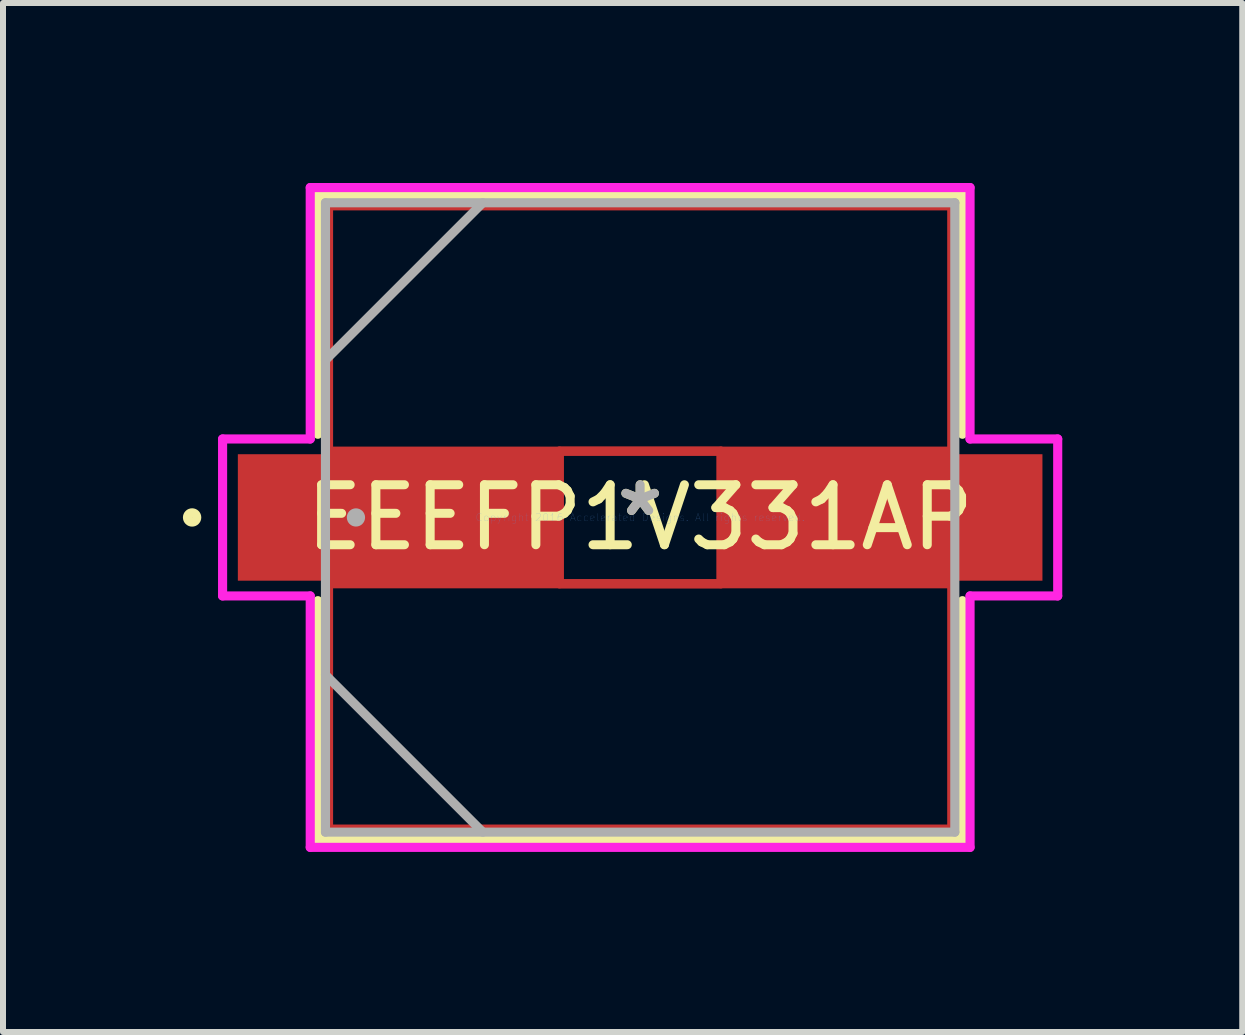
<source format=kicad_pcb>
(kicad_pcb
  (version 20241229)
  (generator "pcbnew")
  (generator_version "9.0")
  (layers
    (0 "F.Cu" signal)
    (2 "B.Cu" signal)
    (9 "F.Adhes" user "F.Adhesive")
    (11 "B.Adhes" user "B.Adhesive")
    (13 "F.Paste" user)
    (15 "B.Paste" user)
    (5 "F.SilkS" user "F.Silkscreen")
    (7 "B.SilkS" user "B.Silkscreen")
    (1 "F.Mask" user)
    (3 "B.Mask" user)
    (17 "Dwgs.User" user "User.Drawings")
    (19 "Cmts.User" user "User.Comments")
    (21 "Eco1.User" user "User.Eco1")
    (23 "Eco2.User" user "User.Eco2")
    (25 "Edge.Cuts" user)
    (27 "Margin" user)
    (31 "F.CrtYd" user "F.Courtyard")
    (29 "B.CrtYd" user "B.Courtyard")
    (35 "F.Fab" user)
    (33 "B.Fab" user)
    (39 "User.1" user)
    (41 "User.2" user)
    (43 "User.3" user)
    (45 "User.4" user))
  (footprint "EEEFP1V331AP"
    (layer "F.Cu")
    (at 7.62 5.575)
    (property "Reference" "EEEFP1V331AP" (at 0 0 0) (layer "F.SilkS") (effects (font (size 1 1) (thickness 0.15))))
    (attr through_hole)
    (fp_line (start -5.194 -5.194) (end 5.194 -5.194) (stroke (width 0.152) (type solid)) (layer "F.Cu"))
    (fp_line (start -5.194 -1.105) (end -5.194 -5.194) (stroke (width 0.152) (type solid)) (layer "F.Cu"))
    (fp_line (start -5.194 1.105) (end 5.194 1.105) (stroke (width 0.152) (type solid)) (layer "F.Cu"))
    (fp_line (start -5.194 5.194) (end -5.194 1.105) (stroke (width 0.152) (type solid)) (layer "F.Cu"))
    (fp_line (start -1.346 -1.105) (end 1.346 -1.105) (stroke (width 0.152) (type solid)) (layer "F.Cu"))
    (fp_line (start -1.346 1.105) (end -1.346 -1.105) (stroke (width 0.152) (type solid)) (layer "F.Cu"))
    (fp_line (start 1.346 -1.105) (end 1.346 1.105) (stroke (width 0.152) (type solid)) (layer "F.Cu"))
    (fp_line (start 1.346 1.105) (end -1.346 1.105) (stroke (width 0.152) (type solid)) (layer "F.Cu"))
    (fp_line (start 5.194 -5.194) (end 5.194 -1.105) (stroke (width 0.152) (type solid)) (layer "F.Cu"))
    (fp_line (start 5.194 -1.105) (end -5.194 -1.105) (stroke (width 0.152) (type solid)) (layer "F.Cu"))
    (fp_line (start 5.194 1.105) (end 5.194 5.194) (stroke (width 0.152) (type solid)) (layer "F.Cu"))
    (fp_line (start 5.194 5.194) (end -5.194 5.194) (stroke (width 0.152) (type solid)) (layer "F.Cu"))
    (fp_line (start -5.372 -5.372) (end -5.372 -1.387) (stroke (width 0.152) (type solid)) (layer "F.SilkS"))
    (fp_line (start -5.372 1.387) (end -5.372 5.372) (stroke (width 0.152) (type solid)) (layer "F.SilkS"))
    (fp_line (start -5.372 5.372) (end 5.372 5.372) (stroke (width 0.152) (type solid)) (layer "F.SilkS"))
    (fp_line (start 5.372 -5.372) (end -5.372 -5.372) (stroke (width 0.152) (type solid)) (layer "F.SilkS"))
    (fp_line (start 5.372 -1.387) (end 5.372 -5.372) (stroke (width 0.152) (type solid)) (layer "F.SilkS"))
    (fp_line (start 5.372 5.372) (end 5.372 1.387) (stroke (width 0.152) (type solid)) (layer "F.SilkS"))
    (fp_circle (center -7.468 0) (end -7.391 0) (stroke (width 0.152) (type solid)) (fill no) (layer "F.SilkS"))
    (fp_line (start -6.96 -1.308) (end -5.499 -1.308) (stroke (width 0.152) (type solid)) (layer "F.CrtYd"))
    (fp_line (start -6.96 1.308) (end -6.96 -1.308) (stroke (width 0.152) (type solid)) (layer "F.CrtYd"))
    (fp_line (start -5.499 -5.499) (end 5.499 -5.499) (stroke (width 0.152) (type solid)) (layer "F.CrtYd"))
    (fp_line (start -5.499 -1.308) (end -5.499 -5.499) (stroke (width 0.152) (type solid)) (layer "F.CrtYd"))
    (fp_line (start -5.499 1.308) (end -6.96 1.308) (stroke (width 0.152) (type solid)) (layer "F.CrtYd"))
    (fp_line (start -5.499 5.499) (end -5.499 1.308) (stroke (width 0.152) (type solid)) (layer "F.CrtYd"))
    (fp_line (start 5.499 -5.499) (end 5.499 -1.308) (stroke (width 0.152) (type solid)) (layer "F.CrtYd"))
    (fp_line (start 5.499 -1.308) (end 6.96 -1.308) (stroke (width 0.152) (type solid)) (layer "F.CrtYd"))
    (fp_line (start 5.499 1.308) (end 5.499 5.499) (stroke (width 0.152) (type solid)) (layer "F.CrtYd"))
    (fp_line (start 5.499 5.499) (end -5.499 5.499) (stroke (width 0.152) (type solid)) (layer "F.CrtYd"))
    (fp_line (start 6.96 -1.308) (end 6.96 1.308) (stroke (width 0.152) (type solid)) (layer "F.CrtYd"))
    (fp_line (start 6.96 1.308) (end 5.499 1.308) (stroke (width 0.152) (type solid)) (layer "F.CrtYd"))
    (fp_line (start -5.245 -5.245) (end -5.245 5.245) (stroke (width 0.152) (type solid)) (layer "F.Fab"))
    (fp_line (start -5.245 -2.623) (end -2.623 -5.245) (stroke (width 0.152) (type solid)) (layer "F.Fab"))
    (fp_line (start -5.245 2.623) (end -2.623 5.245) (stroke (width 0.152) (type solid)) (layer "F.Fab"))
    (fp_line (start -5.245 5.245) (end 5.245 5.245) (stroke (width 0.152) (type solid)) (layer "F.Fab"))
    (fp_line (start 5.245 -5.245) (end -5.245 -5.245) (stroke (width 0.152) (type solid)) (layer "F.Fab"))
    (fp_line (start 5.245 5.245) (end 5.245 -5.245) (stroke (width 0.152) (type solid)) (layer "F.Fab"))
    (fp_circle (center -4.737 0) (end -4.661 0) (stroke (width 0.152) (type solid)) (fill no) (layer "F.Fab"))
    (fp_text user "*" (at 0 0 0) (layer "F.SilkS") (effects (font (size 1 1) (thickness 0.15))))
    (fp_text user "Copyright 2016 Accelerated Designs. All rights reserved." (at 0 0 0) (layer "Cmts.User") (effects (font (size 0.127 0.127) (thickness 0.002))))
    (fp_text user "*" (at 0 0 0) (layer "F.Fab") (effects (font (size 1 1) (thickness 0.15))))
    (pad "1" smd rect (at -4.051 0) (size 5.309 2.108) (layers "F.Cu" "F.Mask" "F.Paste"))
    (pad "2" smd rect (at 4.051 0) (size 5.309 2.108) (layers "F.Cu" "F.Mask" "F.Paste")))
  (gr_rect
    (start -3 -3)
    (end 17.656 14.151)
    (stroke (width 0.1) (type default))
    (fill no)
    (layer "Edge.Cuts")))
</source>
